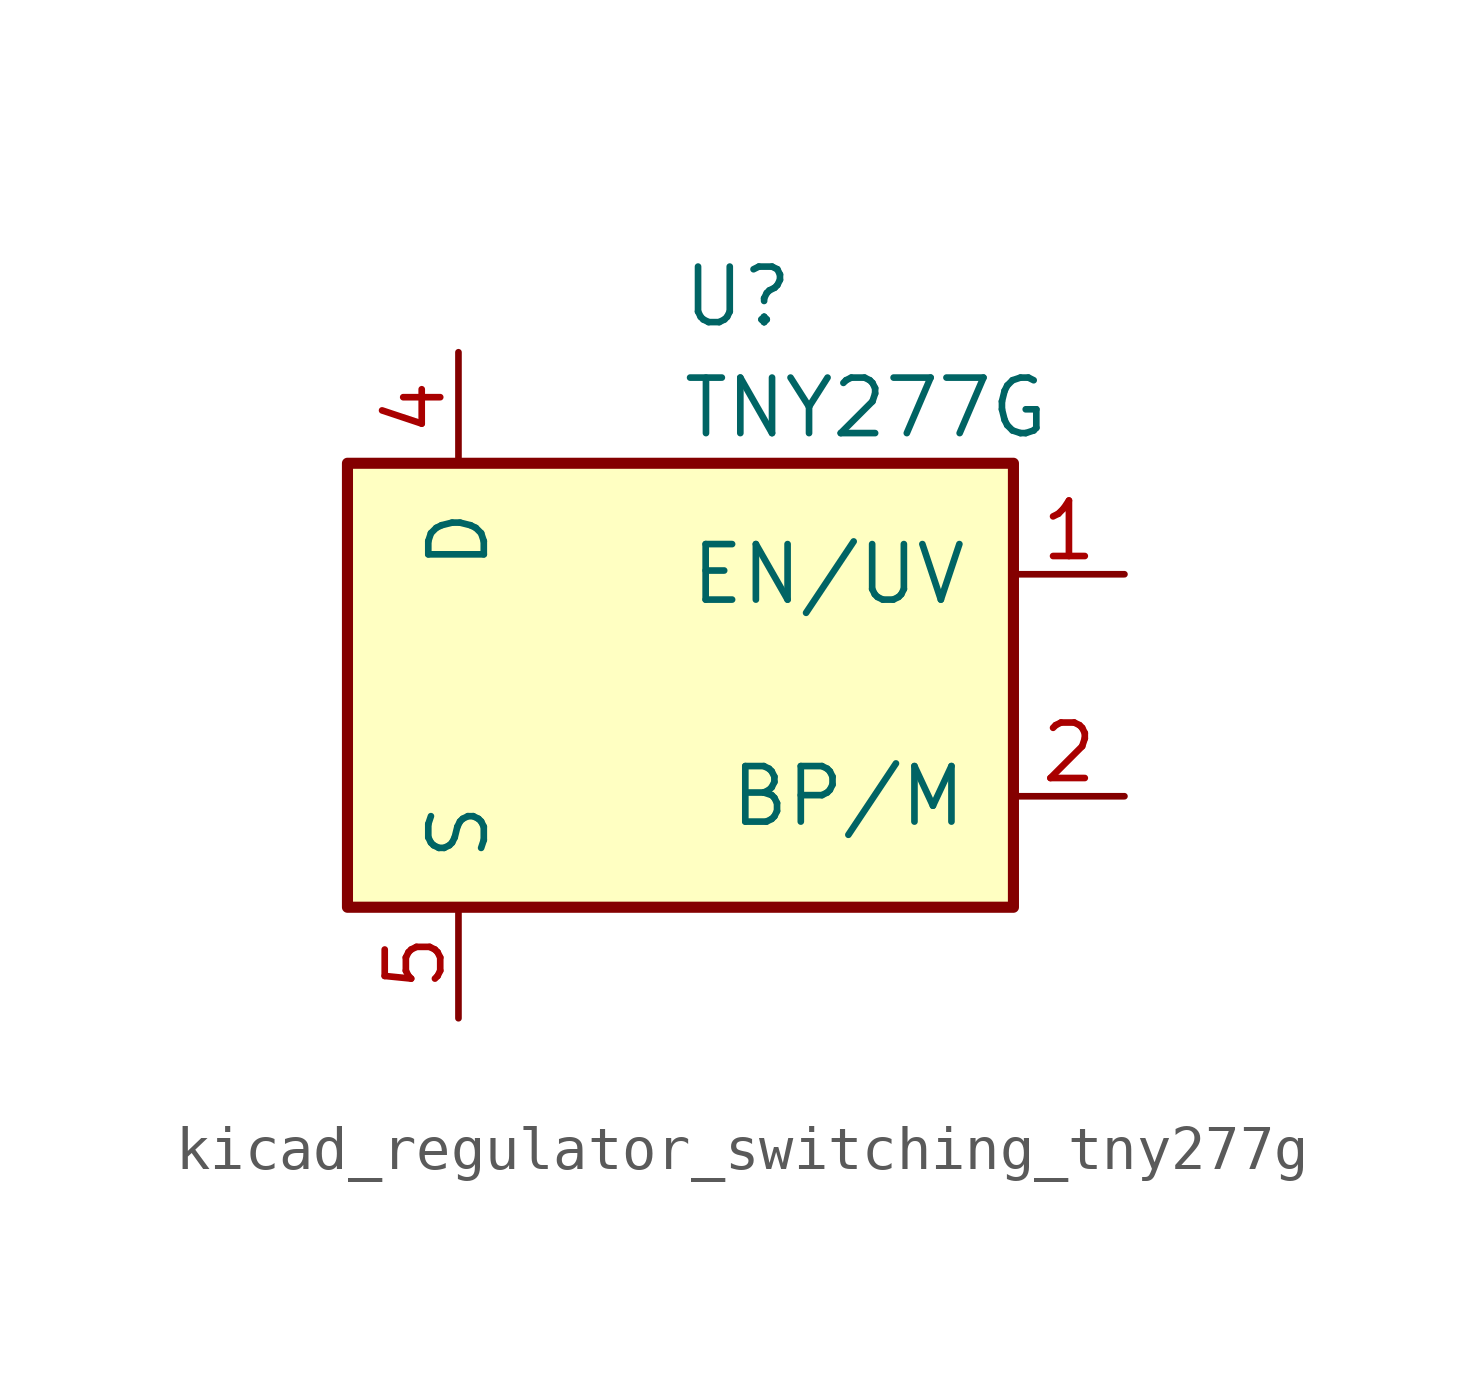
<source format=kicad_sym>
(kicad_symbol_lib
  (version 20220914)
  (generator kicad_symbol_editor)
  (symbol "kicad_regulator_switching_tny277g"
    (pin_names
      (offset 1.016))
    (property "Reference" "U"
      (at 0 8.89 0)
      (effects (font (size 1.27 1.27)) (justify left)))
    (property "Value" "TNY277G"
      (at 0 6.35 0)
      (effects (font (size 1.27 1.27)) (justify left)))
    (symbol "kicad_regulator_switching_tny277g_0_1"
      (rectangle (start -7.62 5.08) (end 7.62 -5.08) (stroke (width 0.254) (type default)) (fill (type background))))
    (symbol "kicad_regulator_switching_tny277g_1_1"
      (pin input line (at 10.16 2.54 180) (length 2.54) (name "EN/UV" (effects (font (size 1.27 1.27)))) (number "1" (effects (font (size 1.27 1.27)))))
      (pin input line (at 10.16 -2.54 180) (length 2.54) (name "BP/M" (effects (font (size 1.27 1.27)))) (number "2" (effects (font (size 1.27 1.27)))))
      (pin open_collector line (at -5.08 7.62 270) (length 2.54) (name "D" (effects (font (size 1.27 1.27)))) (number "4" (effects (font (size 1.27 1.27)))))
      (pin power_in line (at -5.08 -7.62 90) (length 2.54) (name "S" (effects (font (size 1.27 1.27)))) (number "5" (effects (font (size 1.27 1.27)))))
      (pin passive line (at -5.08 -7.62 90) (length 2.54) hide (name "S" (effects (font (size 1.27 1.27)))) (number "6" (effects (font (size 1.27 1.27)))))
      (pin passive line (at -5.08 -7.62 90) (length 2.54) hide (name "S" (effects (font (size 1.27 1.27)))) (number "7" (effects (font (size 1.27 1.27)))))
      (pin passive line (at -5.08 -7.62 90) (length 2.54) hide (name "S" (effects (font (size 1.27 1.27)))) (number "8" (effects (font (size 1.27 1.27))))))))
</source>
